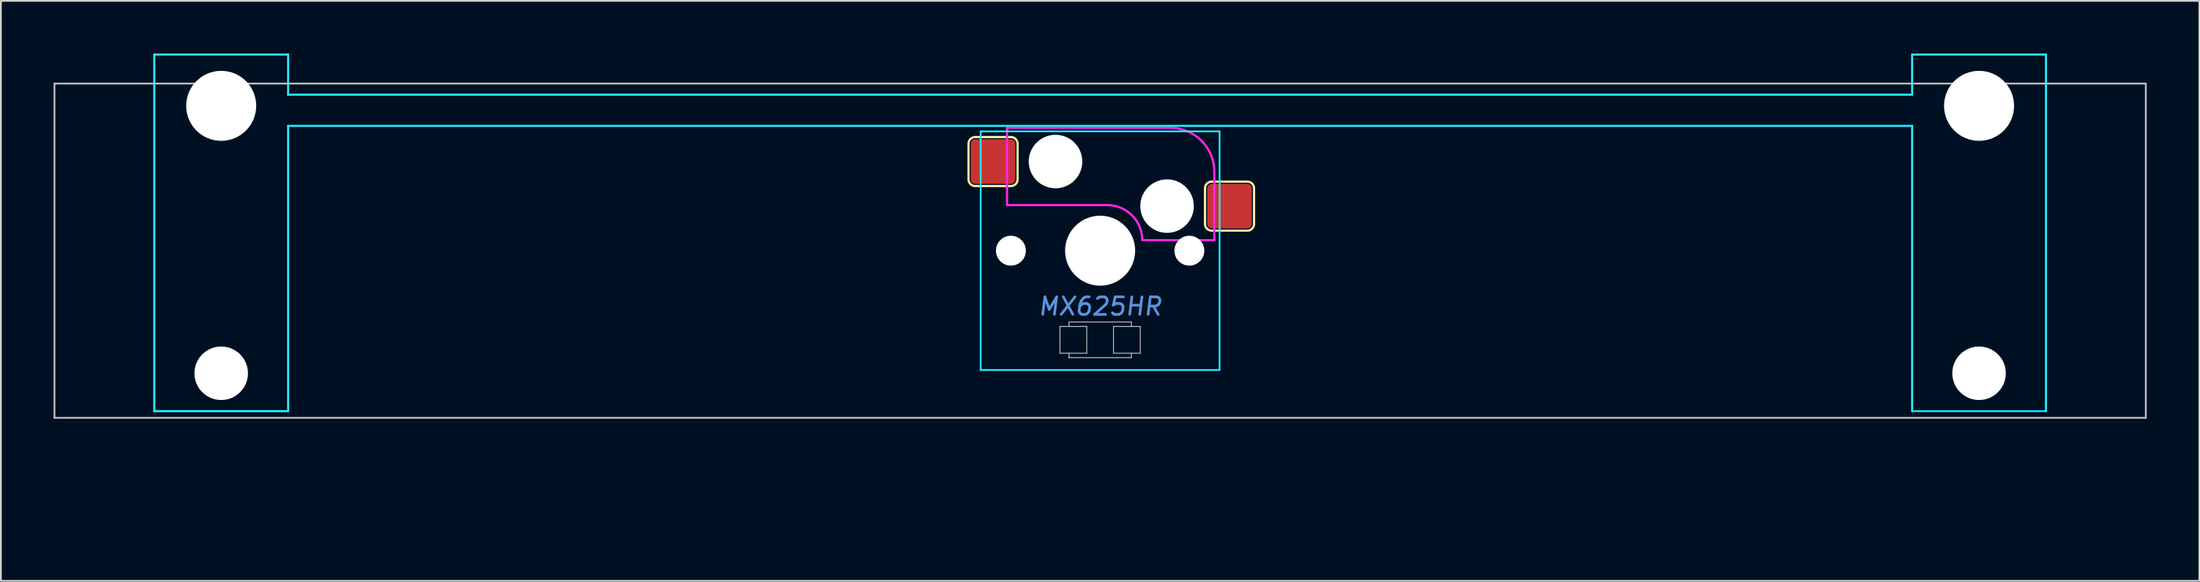
<source format=kicad_pcb>
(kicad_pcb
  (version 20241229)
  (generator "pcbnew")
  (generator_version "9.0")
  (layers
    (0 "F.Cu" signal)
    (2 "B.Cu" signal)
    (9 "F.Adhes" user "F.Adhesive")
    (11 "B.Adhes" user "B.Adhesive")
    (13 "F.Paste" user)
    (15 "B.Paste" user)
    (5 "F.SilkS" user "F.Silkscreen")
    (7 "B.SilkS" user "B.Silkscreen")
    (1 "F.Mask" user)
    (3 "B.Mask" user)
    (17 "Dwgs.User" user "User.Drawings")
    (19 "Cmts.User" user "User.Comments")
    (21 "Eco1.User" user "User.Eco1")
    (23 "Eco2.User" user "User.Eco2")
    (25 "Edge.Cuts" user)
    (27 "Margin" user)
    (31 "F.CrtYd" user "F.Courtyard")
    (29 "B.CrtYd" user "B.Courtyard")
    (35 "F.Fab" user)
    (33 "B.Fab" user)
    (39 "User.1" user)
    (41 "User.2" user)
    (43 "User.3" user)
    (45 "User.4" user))
  (footprint "MX625HR"
    (layer "F.Cu")
    (at 59.581 11.236)
    (property "Reference" "MX625HR" (at 0 3.175 0) (layer "Cmts.User") (effects (font (size 1 1) (thickness 0.15) (italic yes))))
    (attr smd)
    (fp_line (start -7.493 -6.096) (end -7.493 -4.064) (stroke (width 0.127) (type solid)) (layer "F.SilkS"))
    (fp_line (start -7.112 -3.683) (end -5.08 -3.683) (stroke (width 0.127) (type solid)) (layer "F.SilkS"))
    (fp_line (start -5.08 -6.477) (end -7.112 -6.477) (stroke (width 0.127) (type solid)) (layer "F.SilkS"))
    (fp_line (start -4.699 -4.064) (end -4.699 -6.096) (stroke (width 0.127) (type solid)) (layer "F.SilkS"))
    (fp_line (start 5.969 -3.556) (end 5.969 -1.524) (stroke (width 0.127) (type solid)) (layer "F.SilkS"))
    (fp_line (start 6.35 -1.143) (end 8.382 -1.143) (stroke (width 0.127) (type solid)) (layer "F.SilkS"))
    (fp_line (start 8.382 -3.937) (end 6.35 -3.937) (stroke (width 0.127) (type solid)) (layer "F.SilkS"))
    (fp_line (start 8.763 -1.524) (end 8.763 -3.556) (stroke (width 0.127) (type solid)) (layer "F.SilkS"))
    (fp_arc (start -7.493 -6.096) (mid -7.381408 -6.365408) (end -7.112 -6.477) (stroke (width 0.127) (type solid)) (layer "F.SilkS"))
    (fp_arc (start -7.112 -3.683) (mid -7.381408 -3.794592) (end -7.493 -4.064) (stroke (width 0.127) (type solid)) (layer "F.SilkS"))
    (fp_arc (start -5.08 -6.477) (mid -4.810592 -6.365408) (end -4.699 -6.096) (stroke (width 0.127) (type solid)) (layer "F.SilkS"))
    (fp_arc (start -4.699 -4.064) (mid -4.810592 -3.794592) (end -5.08 -3.683) (stroke (width 0.127) (type solid)) (layer "F.SilkS"))
    (fp_arc (start 5.969 -3.556) (mid 6.080592 -3.825408) (end 6.35 -3.937) (stroke (width 0.127) (type solid)) (layer "F.SilkS"))
    (fp_arc (start 6.35 -1.143) (mid 6.080592 -1.254592) (end 5.969 -1.524) (stroke (width 0.127) (type solid)) (layer "F.SilkS"))
    (fp_arc (start 8.382 -3.937) (mid 8.651408 -3.825408) (end 8.763 -3.556) (stroke (width 0.127) (type solid)) (layer "F.SilkS"))
    (fp_arc (start 8.763 -1.524) (mid 8.651408 -1.254592) (end 8.382 -1.143) (stroke (width 0.127) (type solid)) (layer "F.SilkS"))
    (fp_line (start -59.531 -9.525) (end -59.531 9.525) (stroke (width 0.1) (type solid)) (layer "Dwgs.User"))
    (fp_line (start -59.531 -9.525) (end 59.531 -9.525) (stroke (width 0.1) (type solid)) (layer "Dwgs.User"))
    (fp_line (start -59.531 9.525) (end 59.531 9.525) (stroke (width 0.1) (type solid)) (layer "Dwgs.User"))
    (fp_line (start -2.286 4.318) (end -0.762 4.318) (stroke (width 0.051) (type solid)) (layer "Dwgs.User"))
    (fp_line (start -2.286 5.842) (end -2.286 4.318) (stroke (width 0.051) (type solid)) (layer "Dwgs.User"))
    (fp_line (start -1.778 4.064) (end 1.778 4.064) (stroke (width 0.051) (type solid)) (layer "Dwgs.User"))
    (fp_line (start -1.778 4.318) (end -1.778 4.064) (stroke (width 0.051) (type solid)) (layer "Dwgs.User"))
    (fp_line (start -1.778 6.096) (end -1.778 5.842) (stroke (width 0.051) (type solid)) (layer "Dwgs.User"))
    (fp_line (start -0.762 4.318) (end -0.762 5.842) (stroke (width 0.051) (type solid)) (layer "Dwgs.User"))
    (fp_line (start -0.762 5.842) (end -2.286 5.842) (stroke (width 0.051) (type solid)) (layer "Dwgs.User"))
    (fp_line (start 0.762 4.318) (end 2.286 4.318) (stroke (width 0.051) (type solid)) (layer "Dwgs.User"))
    (fp_line (start 0.762 5.842) (end 0.762 4.318) (stroke (width 0.051) (type solid)) (layer "Dwgs.User"))
    (fp_line (start 1.778 4.064) (end 1.778 4.318) (stroke (width 0.051) (type solid)) (layer "Dwgs.User"))
    (fp_line (start 1.778 5.842) (end 1.778 6.096) (stroke (width 0.051) (type solid)) (layer "Dwgs.User"))
    (fp_line (start 1.778 6.096) (end -1.778 6.096) (stroke (width 0.051) (type solid)) (layer "Dwgs.User"))
    (fp_line (start 2.286 4.318) (end 2.286 5.842) (stroke (width 0.051) (type solid)) (layer "Dwgs.User"))
    (fp_line (start 2.286 5.842) (end 0.762 5.842) (stroke (width 0.051) (type solid)) (layer "Dwgs.User"))
    (fp_line (start 59.531 -9.525) (end 59.531 9.525) (stroke (width 0.1) (type solid)) (layer "Dwgs.User"))
    (fp_line (start -54.28 0.508) (end -53.264 0.508) (stroke (width 0.1) (type solid)) (layer "Eco1.User"))
    (fp_line (start -54.28 3.302) (end -54.28 0.508) (stroke (width 0.1) (type solid)) (layer "Eco1.User"))
    (fp_line (start -53.264 0.508) (end -53.264 -6.604) (stroke (width 0.1) (type solid)) (layer "Eco1.User"))
    (fp_line (start -53.264 3.302) (end -54.28 3.302) (stroke (width 0.1) (type solid)) (layer "Eco1.User"))
    (fp_line (start -53.264 -6.604) (end -51.46 -6.604) (stroke (width 0.1) (type solid)) (layer "Eco1.User"))
    (fp_line (start -53.264 5.69) (end -53.264 3.302) (stroke (width 0.1) (type solid)) (layer "Eco1.User"))
    (fp_line (start -51.46 -7.772) (end -48.412 -7.772) (stroke (width 0.1) (type solid)) (layer "Eco1.User"))
    (fp_line (start -51.46 -6.604) (end -51.46 -7.772) (stroke (width 0.1) (type solid)) (layer "Eco1.User"))
    (fp_line (start -48.412 -7.772) (end -48.412 -6.604) (stroke (width 0.1) (type solid)) (layer "Eco1.User"))
    (fp_line (start -48.412 -6.604) (end -46.609 -6.604) (stroke (width 0.1) (type solid)) (layer "Eco1.User"))
    (fp_line (start -46.609 -2.286) (end -6.985 -2.286) (stroke (width 0.1) (type solid)) (layer "Eco1.User"))
    (fp_line (start -46.609 5.69) (end -53.264 5.69) (stroke (width 0.1) (type solid)) (layer "Eco1.User"))
    (fp_line (start -46.609 -6.604) (end -46.609 -2.286) (stroke (width 0.1) (type solid)) (layer "Eco1.User"))
    (fp_line (start -46.609 2.286) (end -46.609 5.69) (stroke (width 0.1) (type solid)) (layer "Eco1.User"))
    (fp_line (start -7 7) (end -6.985 2.286) (stroke (width 0.1) (type solid)) (layer "Eco1.User"))
    (fp_line (start -6.985 -2.286) (end -6.985 -6.985) (stroke (width 0.1) (type solid)) (layer "Eco1.User"))
    (fp_line (start -6.985 -6.985) (end 7 -7) (stroke (width 0.1) (type solid)) (layer "Eco1.User"))
    (fp_line (start -6.985 2.286) (end -46.609 2.286) (stroke (width 0.1) (type solid)) (layer "Eco1.User"))
    (fp_line (start -0.941 0.000031) (end 0.941 -0.000025) (stroke (width 0.1) (type solid)) (layer "Eco1.User"))
    (fp_line (start 0 15.765) (end 0 15.765) (stroke (width 0.1) (type solid)) (layer "Eco1.User"))
    (fp_line (start 0 15.765) (end 0 15.765) (stroke (width 0.1) (type solid)) (layer "Eco1.User"))
    (fp_line (start 0 15.765) (end 0 15.765) (stroke (width 0.1) (type solid)) (layer "Eco1.User"))
    (fp_line (start 0.000028 0.941) (end -0.000028 -0.941) (stroke (width 0.1) (type solid)) (layer "Eco1.User"))
    (fp_line (start 6.985 -2.286) (end 46.609 -2.286) (stroke (width 0.1) (type solid)) (layer "Eco1.User"))
    (fp_line (start 6.985 2.286) (end 7 7) (stroke (width 0.1) (type solid)) (layer "Eco1.User"))
    (fp_line (start 7 -7) (end 6.985 -2.286) (stroke (width 0.1) (type solid)) (layer "Eco1.User"))
    (fp_line (start 7 7) (end -7 7) (stroke (width 0.1) (type solid)) (layer "Eco1.User"))
    (fp_line (start 46.609 -6.604) (end 48.412 -6.604) (stroke (width 0.1) (type solid)) (layer "Eco1.User"))
    (fp_line (start 46.609 -2.286) (end 46.609 -6.604) (stroke (width 0.1) (type solid)) (layer "Eco1.User"))
    (fp_line (start 46.609 2.286) (end 6.985 2.286) (stroke (width 0.1) (type solid)) (layer "Eco1.User"))
    (fp_line (start 46.609 5.69) (end 46.609 2.286) (stroke (width 0.1) (type solid)) (layer "Eco1.User"))
    (fp_line (start 48.412 -7.772) (end 51.46 -7.772) (stroke (width 0.1) (type solid)) (layer "Eco1.User"))
    (fp_line (start 48.412 -6.604) (end 48.412 -7.772) (stroke (width 0.1) (type solid)) (layer "Eco1.User"))
    (fp_line (start 51.46 -7.772) (end 51.46 -6.604) (stroke (width 0.1) (type solid)) (layer "Eco1.User"))
    (fp_line (start 51.46 -6.604) (end 53.264 -6.604) (stroke (width 0.1) (type solid)) (layer "Eco1.User"))
    (fp_line (start 53.264 -6.604) (end 53.264 0.508) (stroke (width 0.1) (type solid)) (layer "Eco1.User"))
    (fp_line (start 53.264 5.69) (end 46.609 5.69) (stroke (width 0.1) (type solid)) (layer "Eco1.User"))
    (fp_line (start 53.264 0.508) (end 54.28 0.508) (stroke (width 0.1) (type solid)) (layer "Eco1.User"))
    (fp_line (start 53.264 3.302) (end 53.264 5.69) (stroke (width 0.1) (type solid)) (layer "Eco1.User"))
    (fp_line (start 54.28 0.508) (end 54.28 3.302) (stroke (width 0.1) (type solid)) (layer "Eco1.User"))
    (fp_line (start 54.28 3.302) (end 53.264 3.302) (stroke (width 0.1) (type solid)) (layer "Eco1.User"))
    (fp_line (start -53.848 -11.176) (end -53.848 9.144) (stroke (width 0.12) (type solid)) (layer "B.CrtYd"))
    (fp_line (start -53.848 -11.176) (end -46.228 -11.176) (stroke (width 0.12) (type solid)) (layer "B.CrtYd"))
    (fp_line (start -53.848 9.144) (end -46.228 9.144) (stroke (width 0.12) (type solid)) (layer "B.CrtYd"))
    (fp_line (start -46.228 -11.176) (end -46.228 -8.89) (stroke (width 0.12) (type solid)) (layer "B.CrtYd"))
    (fp_line (start -46.228 -7.112) (end -46.228 9.144) (stroke (width 0.12) (type solid)) (layer "B.CrtYd"))
    (fp_line (start -6.8 -6.8) (end -6.8 6.8) (stroke (width 0.1) (type solid)) (layer "B.CrtYd"))
    (fp_line (start 6.8 -6.8) (end -6.8 -6.8) (stroke (width 0.1) (type solid)) (layer "B.CrtYd"))
    (fp_line (start 6.8 -6.8) (end 6.8 6.8) (stroke (width 0.1) (type solid)) (layer "B.CrtYd"))
    (fp_line (start 6.8 6.8) (end -6.8 6.8) (stroke (width 0.1) (type solid)) (layer "B.CrtYd"))
    (fp_line (start 46.228 -11.176) (end 46.228 -8.89) (stroke (width 0.12) (type solid)) (layer "B.CrtYd"))
    (fp_line (start 46.228 -8.89) (end -46.228 -8.89) (stroke (width 0.12) (type solid)) (layer "B.CrtYd"))
    (fp_line (start 46.228 -7.112) (end -46.228 -7.112) (stroke (width 0.12) (type solid)) (layer "B.CrtYd"))
    (fp_line (start 46.228 -7.112) (end 46.228 9.144) (stroke (width 0.12) (type solid)) (layer "B.CrtYd"))
    (fp_line (start 53.848 -11.176) (end 46.228 -11.176) (stroke (width 0.12) (type solid)) (layer "B.CrtYd"))
    (fp_line (start 53.848 -11.176) (end 53.848 9.144) (stroke (width 0.12) (type solid)) (layer "B.CrtYd"))
    (fp_line (start 53.848 9.144) (end 46.228 9.144) (stroke (width 0.1) (type solid)) (layer "B.CrtYd"))
    (fp_line (start -5.3 -7) (end -5.3 -2.6) (stroke (width 0.127) (type solid)) (layer "F.CrtYd"))
    (fp_line (start -5.2 -7) (end -5.3 -7) (stroke (width 0.12) (type solid)) (layer "F.CrtYd"))
    (fp_line (start 0.4 -2.6) (end -5.3 -2.6) (stroke (width 0.127) (type solid)) (layer "F.CrtYd"))
    (fp_line (start 4 -7) (end -5.2 -7) (stroke (width 0.12) (type solid)) (layer "F.CrtYd"))
    (fp_line (start 6.5 -4.5) (end 6.5 -0.6) (stroke (width 0.12) (type solid)) (layer "F.CrtYd"))
    (fp_line (start 6.5 -0.6) (end 2.4 -0.6) (stroke (width 0.12) (type solid)) (layer "F.CrtYd"))
    (fp_arc (start 0.4 -2.6) (mid 1.814214 -2.014214) (end 2.4 -0.6) (stroke (width 0.127) (type solid)) (layer "F.CrtYd"))
    (fp_arc (start 4 -7) (mid 5.767767 -6.267767) (end 6.5 -4.5) (stroke (width 0.127) (type solid)) (layer "F.CrtYd"))
    (pad "" np_thru_hole circle (at -50.038 -8.255 180) (size 3.988 3.988) (drill 3.988) (layers "*.Cu" "*.Mask"))
    (pad "" np_thru_hole circle (at -50.038 6.985 180) (size 3.048 3.048) (drill 3.048) (layers "*.Cu" "*.Mask"))
    (pad "" np_thru_hole circle (at -5.08 0) (size 1.702 1.702) (drill 1.702) (layers "*.Cu" "*.Mask"))
    (pad "" np_thru_hole circle (at -2.54 -5.08) (size 3.048 3.048) (drill 3.048) (layers "*.Cu" "*.Mask"))
    (pad "" np_thru_hole circle (at 0 0) (size 3.988 3.988) (drill 3.988) (layers "*.Cu" "*.Mask"))
    (pad "" np_thru_hole circle (at 3.81 -2.54) (size 3.048 3.048) (drill 3.048) (layers "*.Cu" "*.Mask"))
    (pad "" np_thru_hole circle (at 5.08 0) (size 1.702 1.702) (drill 1.702) (layers "*.Cu" "*.Mask"))
    (pad "" np_thru_hole circle (at 50.038 -8.255 180) (size 3.988 3.988) (drill 3.988) (layers "*.Cu" "*.Mask"))
    (pad "" np_thru_hole circle (at 50.038 6.985 180) (size 3.048 3.048) (drill 3.048) (layers "*.Cu" "*.Mask"))
    (pad "1" smd roundrect (at -6.096 -5.08) (size 2.54 2.54) (layers "F.Cu" "F.Mask") (roundrect_rratio 0.1))
    (pad "2" smd roundrect (at 7.366 -2.54) (size 2.54 2.54) (layers "F.Cu" "F.Mask") (roundrect_rratio 0.1)))
  (gr_rect
    (start -3 -3)
    (end 122.162 30.051)
    (stroke (width 0.1) (type default))
    (fill no)
    (layer "Edge.Cuts")))
</source>
